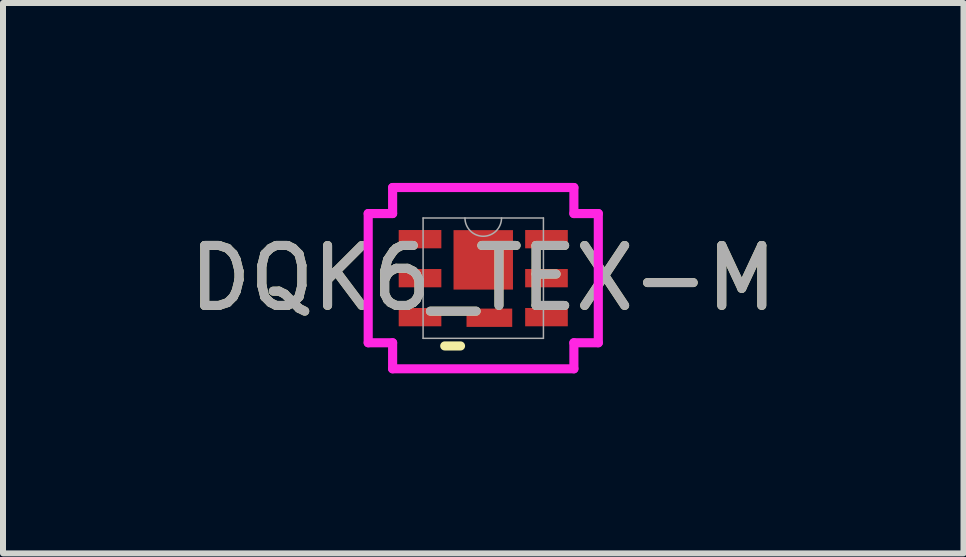
<source format=kicad_pcb>
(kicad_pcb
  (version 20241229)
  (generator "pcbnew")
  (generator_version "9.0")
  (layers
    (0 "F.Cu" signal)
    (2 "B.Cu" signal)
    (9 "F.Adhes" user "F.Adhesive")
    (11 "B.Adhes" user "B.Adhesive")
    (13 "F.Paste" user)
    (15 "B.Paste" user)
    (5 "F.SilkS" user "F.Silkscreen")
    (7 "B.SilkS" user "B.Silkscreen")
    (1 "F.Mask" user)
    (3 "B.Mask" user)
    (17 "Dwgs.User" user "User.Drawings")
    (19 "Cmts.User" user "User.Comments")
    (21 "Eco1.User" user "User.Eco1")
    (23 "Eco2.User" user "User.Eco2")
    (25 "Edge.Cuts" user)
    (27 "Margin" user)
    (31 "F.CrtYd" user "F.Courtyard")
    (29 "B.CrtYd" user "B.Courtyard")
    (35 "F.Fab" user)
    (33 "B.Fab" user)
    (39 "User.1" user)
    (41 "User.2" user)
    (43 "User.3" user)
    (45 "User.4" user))
  (footprint "DQK6_TEX-M"
    (layer "F.Cu")
    (at 5.006 1.587)
    (property "Reference" "DQK6_TEX-M" (at 0 0 0) (unlocked yes) (layer "F.SilkS") (effects (font (size 1 1) (thickness 0.15))))
    (attr smd)
    (fp_line (start -0.642 1.13) (end -0.379 1.13) (stroke (width 0.152) (type solid)) (layer "F.SilkS"))
    (fp_line (start -1.918 -1.077) (end -1.511 -1.077) (stroke (width 0.152) (type solid)) (layer "F.CrtYd"))
    (fp_line (start -1.918 1.077) (end -1.918 -1.077) (stroke (width 0.152) (type solid)) (layer "F.CrtYd"))
    (fp_line (start -1.918 1.077) (end -1.511 1.077) (stroke (width 0.152) (type solid)) (layer "F.CrtYd"))
    (fp_line (start -1.511 -1.511) (end 1.511 -1.511) (stroke (width 0.152) (type solid)) (layer "F.CrtYd"))
    (fp_line (start -1.511 -1.077) (end -1.511 -1.511) (stroke (width 0.152) (type solid)) (layer "F.CrtYd"))
    (fp_line (start -1.511 1.511) (end -1.511 1.077) (stroke (width 0.152) (type solid)) (layer "F.CrtYd"))
    (fp_line (start 1.511 -1.511) (end 1.511 -1.077) (stroke (width 0.152) (type solid)) (layer "F.CrtYd"))
    (fp_line (start 1.511 1.077) (end 1.511 1.511) (stroke (width 0.152) (type solid)) (layer "F.CrtYd"))
    (fp_line (start 1.511 1.511) (end -1.511 1.511) (stroke (width 0.152) (type solid)) (layer "F.CrtYd"))
    (fp_line (start 1.918 -1.077) (end 1.511 -1.077) (stroke (width 0.152) (type solid)) (layer "F.CrtYd"))
    (fp_line (start 1.918 -1.077) (end 1.918 1.077) (stroke (width 0.152) (type solid)) (layer "F.CrtYd"))
    (fp_line (start 1.918 1.077) (end 1.511 1.077) (stroke (width 0.152) (type solid)) (layer "F.CrtYd"))
    (fp_line (start -1.003 -1.003) (end -1.003 1.003) (stroke (width 0.025) (type solid)) (layer "F.Fab"))
    (fp_line (start -1.003 1.003) (end 1.003 1.003) (stroke (width 0.025) (type solid)) (layer "F.Fab"))
    (fp_line (start 1.003 -1.003) (end -1.003 -1.003) (stroke (width 0.025) (type solid)) (layer "F.Fab"))
    (fp_line (start 1.003 1.003) (end 1.003 -1.003) (stroke (width 0.025) (type solid)) (layer "F.Fab"))
    (fp_arc (start 0.3048 -1.0033) (mid 0 -0.6985) (end -0.3048 -1.0033) (stroke (width 0.0254) (type solid)) (layer "F.Fab"))
    (fp_text user "${REFERENCE}" (at 0 0 0) (unlocked yes) (layer "F.Fab") (effects (font (size 1 1) (thickness 0.15))))
    (pad "1" smd rect (at -1.054 -0.65) (size 0.711 0.305) (layers "F.Cu" "F.Mask" "F.Paste"))
    (pad "2" smd rect (at -1.054 0) (size 0.711 0.305) (layers "F.Cu" "F.Mask" "F.Paste"))
    (pad "3" smd rect (at -1.054 0.65) (size 0.711 0.305) (layers "F.Cu" "F.Mask" "F.Paste"))
    (pad "4" smd rect (at 1.054 0.65) (size 0.711 0.305) (layers "F.Cu" "F.Mask" "F.Paste"))
    (pad "5" smd rect (at 1.054 0) (size 0.711 0.305) (layers "F.Cu" "F.Mask" "F.Paste"))
    (pad "6" smd rect (at 1.054 -0.65) (size 0.711 0.305) (layers "F.Cu" "F.Mask" "F.Paste"))
    (pad "7" smd rect (at 0 -0.305) (size 0.991 0.991) (layers "F.Cu" "F.Mask" "F.Paste"))
    (pad "8" smd rect (at 0.102 0.66) (size 0.762 0.305) (layers "F.Cu" "F.Mask")))
  (gr_rect
    (start -3 -3)
    (end 13.012 6.175)
    (stroke (width 0.1) (type default))
    (fill no)
    (layer "Edge.Cuts")))
</source>
